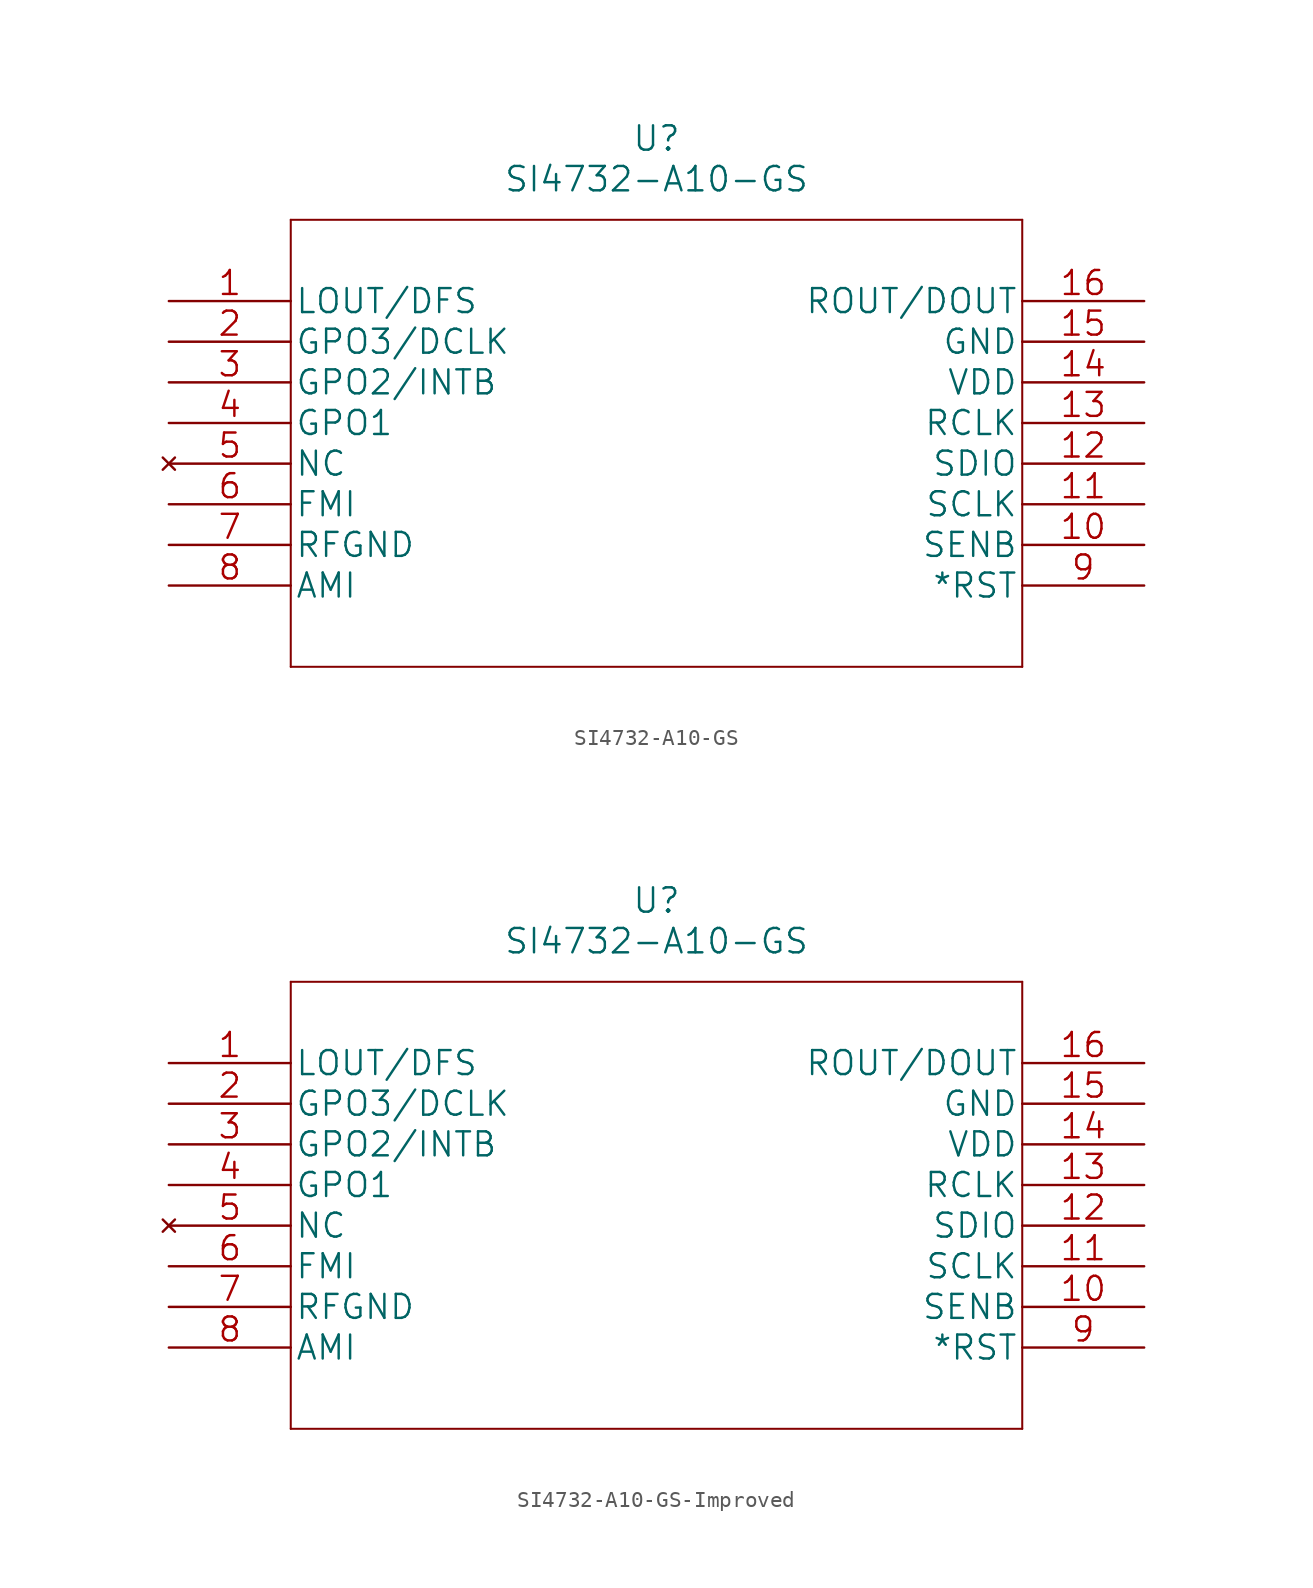
<source format=kicad_sym>
(kicad_symbol_lib
  (version 20220914)
  (generator kicad_symbol_editor)
  (symbol "SI4732-A10-GS"
    (pin_names
      (offset 0.254))
    (property "Reference" "U"
      (at 30.48 10.16 0)
      (effects (font (size 1.524 1.524))))
    (property "Value" "SI4732-A10-GS"
      (at 30.48 7.62 0)
      (effects (font (size 1.524 1.524))))
    (property "Datasheet" ""
      (at 0 0 0)
      (effects (font (size 1.524 1.524))))
    (property "ki_locked" ""
      (at 0 0 0)
      (effects (font (size 1.27 1.27))))
    (symbol "SI4732-A10-GS_1_1"
      (polyline (pts (xy 7.62 -22.86) (xy 53.34 -22.86)) (stroke (width 0.127) (type solid)) (fill (type none)))
      (polyline (pts (xy 7.62 5.08) (xy 7.62 -22.86)) (stroke (width 0.127) (type solid)) (fill (type none)))
      (polyline (pts (xy 53.34 -22.86) (xy 53.34 5.08)) (stroke (width 0.127) (type solid)) (fill (type none)))
      (polyline (pts (xy 53.34 5.08) (xy 7.62 5.08)) (stroke (width 0.127) (type solid)) (fill (type none)))
      (pin unspecified line (at 0 0 0) (length 7.62) (name "LOUT/DFS" (effects (font (size 1.499 1.499)))) (number "1" (effects (font (size 1.499 1.499)))))
      (pin unspecified line (at 60.96 -15.24 180) (length 7.62) (name "SENB" (effects (font (size 1.499 1.499)))) (number "10" (effects (font (size 1.499 1.499)))))
      (pin unspecified line (at 60.96 -12.7 180) (length 7.62) (name "SCLK" (effects (font (size 1.499 1.499)))) (number "11" (effects (font (size 1.499 1.499)))))
      (pin unspecified line (at 60.96 -10.16 180) (length 7.62) (name "SDIO" (effects (font (size 1.499 1.499)))) (number "12" (effects (font (size 1.499 1.499)))))
      (pin unspecified line (at 60.96 -7.62 180) (length 7.62) (name "RCLK" (effects (font (size 1.499 1.499)))) (number "13" (effects (font (size 1.499 1.499)))))
      (pin power_in line (at 60.96 -5.08 180) (length 7.62) (name "VDD" (effects (font (size 1.499 1.499)))) (number "14" (effects (font (size 1.499 1.499)))))
      (pin power_in line (at 60.96 -2.54 180) (length 7.62) (name "GND" (effects (font (size 1.499 1.499)))) (number "15" (effects (font (size 1.499 1.499)))))
      (pin unspecified line (at 60.96 0 180) (length 7.62) (name "ROUT/DOUT" (effects (font (size 1.499 1.499)))) (number "16" (effects (font (size 1.499 1.499)))))
      (pin unspecified line (at 0 -2.54 0) (length 7.62) (name "GPO3/DCLK" (effects (font (size 1.499 1.499)))) (number "2" (effects (font (size 1.499 1.499)))))
      (pin unspecified line (at 0 -5.08 0) (length 7.62) (name "GPO2/INTB" (effects (font (size 1.499 1.499)))) (number "3" (effects (font (size 1.499 1.499)))))
      (pin unspecified line (at 0 -7.62 0) (length 7.62) (name "GPO1" (effects (font (size 1.499 1.499)))) (number "4" (effects (font (size 1.499 1.499)))))
      (pin no_connect line (at 0 -10.16 0) (length 7.62) (name "NC" (effects (font (size 1.499 1.499)))) (number "5" (effects (font (size 1.499 1.499)))))
      (pin unspecified line (at 0 -12.7 0) (length 7.62) (name "FMI" (effects (font (size 1.499 1.499)))) (number "6" (effects (font (size 1.499 1.499)))))
      (pin power_in line (at 0 -15.24 0) (length 7.62) (name "RFGND" (effects (font (size 1.499 1.499)))) (number "7" (effects (font (size 1.499 1.499)))))
      (pin unspecified line (at 0 -17.78 0) (length 7.62) (name "AMI" (effects (font (size 1.499 1.499)))) (number "8" (effects (font (size 1.499 1.499)))))
      (pin unspecified line (at 60.96 -17.78 180) (length 7.62) (name "*RST" (effects (font (size 1.499 1.499)))) (number "9" (effects (font (size 1.499 1.499)))))))
  (symbol "SI4732-A10-GS-Improved"
    (pin_names
      (offset 0.254))
    (property "Reference" "U"
      (at 30.48 10.16 0)
      (effects (font (size 1.524 1.524))))
    (property "Value" "SI4732-A10-GS"
      (at 30.48 7.62 0)
      (effects (font (size 1.524 1.524))))
    (property "Datasheet" ""
      (at 0 0 0)
      (effects (font (size 1.524 1.524))))
    (property "ki_locked" ""
      (at 0 0 0)
      (effects (font (size 1.27 1.27))))
    (symbol "SI4732-A10-GS-Improved_1_1"
      (polyline (pts (xy 7.62 -22.86) (xy 53.34 -22.86)) (stroke (width 0.127) (type solid)) (fill (type none)))
      (polyline (pts (xy 7.62 5.08) (xy 7.62 -22.86)) (stroke (width 0.127) (type solid)) (fill (type none)))
      (polyline (pts (xy 53.34 -22.86) (xy 53.34 5.08)) (stroke (width 0.127) (type solid)) (fill (type none)))
      (polyline (pts (xy 53.34 5.08) (xy 7.62 5.08)) (stroke (width 0.127) (type solid)) (fill (type none)))
      (pin unspecified line (at 0 0 0) (length 7.62) (name "LOUT/DFS" (effects (font (size 1.499 1.499)))) (number "1" (effects (font (size 1.499 1.499)))))
      (pin unspecified line (at 60.96 -15.24 180) (length 7.62) (name "SENB" (effects (font (size 1.499 1.499)))) (number "10" (effects (font (size 1.499 1.499)))))
      (pin unspecified line (at 60.96 -12.7 180) (length 7.62) (name "SCLK" (effects (font (size 1.499 1.499)))) (number "11" (effects (font (size 1.499 1.499)))))
      (pin unspecified line (at 60.96 -10.16 180) (length 7.62) (name "SDIO" (effects (font (size 1.499 1.499)))) (number "12" (effects (font (size 1.499 1.499)))))
      (pin unspecified line (at 60.96 -7.62 180) (length 7.62) (name "RCLK" (effects (font (size 1.499 1.499)))) (number "13" (effects (font (size 1.499 1.499)))))
      (pin power_in line (at 60.96 -5.08 180) (length 7.62) (name "VDD" (effects (font (size 1.499 1.499)))) (number "14" (effects (font (size 1.499 1.499)))))
      (pin power_in line (at 60.96 -2.54 180) (length 7.62) (name "GND" (effects (font (size 1.499 1.499)))) (number "15" (effects (font (size 1.499 1.499)))))
      (pin unspecified line (at 60.96 0 180) (length 7.62) (name "ROUT/DOUT" (effects (font (size 1.499 1.499)))) (number "16" (effects (font (size 1.499 1.499)))))
      (pin unspecified line (at 0 -2.54 0) (length 7.62) (name "GPO3/DCLK" (effects (font (size 1.499 1.499)))) (number "2" (effects (font (size 1.499 1.499)))))
      (pin unspecified line (at 0 -5.08 0) (length 7.62) (name "GPO2/INTB" (effects (font (size 1.499 1.499)))) (number "3" (effects (font (size 1.499 1.499)))))
      (pin unspecified line (at 0 -7.62 0) (length 7.62) (name "GPO1" (effects (font (size 1.499 1.499)))) (number "4" (effects (font (size 1.499 1.499)))))
      (pin no_connect line (at 0 -10.16 0) (length 7.62) (name "NC" (effects (font (size 1.499 1.499)))) (number "5" (effects (font (size 1.499 1.499)))))
      (pin unspecified line (at 0 -12.7 0) (length 7.62) (name "FMI" (effects (font (size 1.499 1.499)))) (number "6" (effects (font (size 1.499 1.499)))))
      (pin power_in line (at 0 -15.24 0) (length 7.62) (name "RFGND" (effects (font (size 1.499 1.499)))) (number "7" (effects (font (size 1.499 1.499)))))
      (pin unspecified line (at 0 -17.78 0) (length 7.62) (name "AMI" (effects (font (size 1.499 1.499)))) (number "8" (effects (font (size 1.499 1.499)))))
      (pin unspecified line (at 60.96 -17.78 180) (length 7.62) (name "*RST" (effects (font (size 1.499 1.499)))) (number "9" (effects (font (size 1.499 1.499))))))))
</source>
